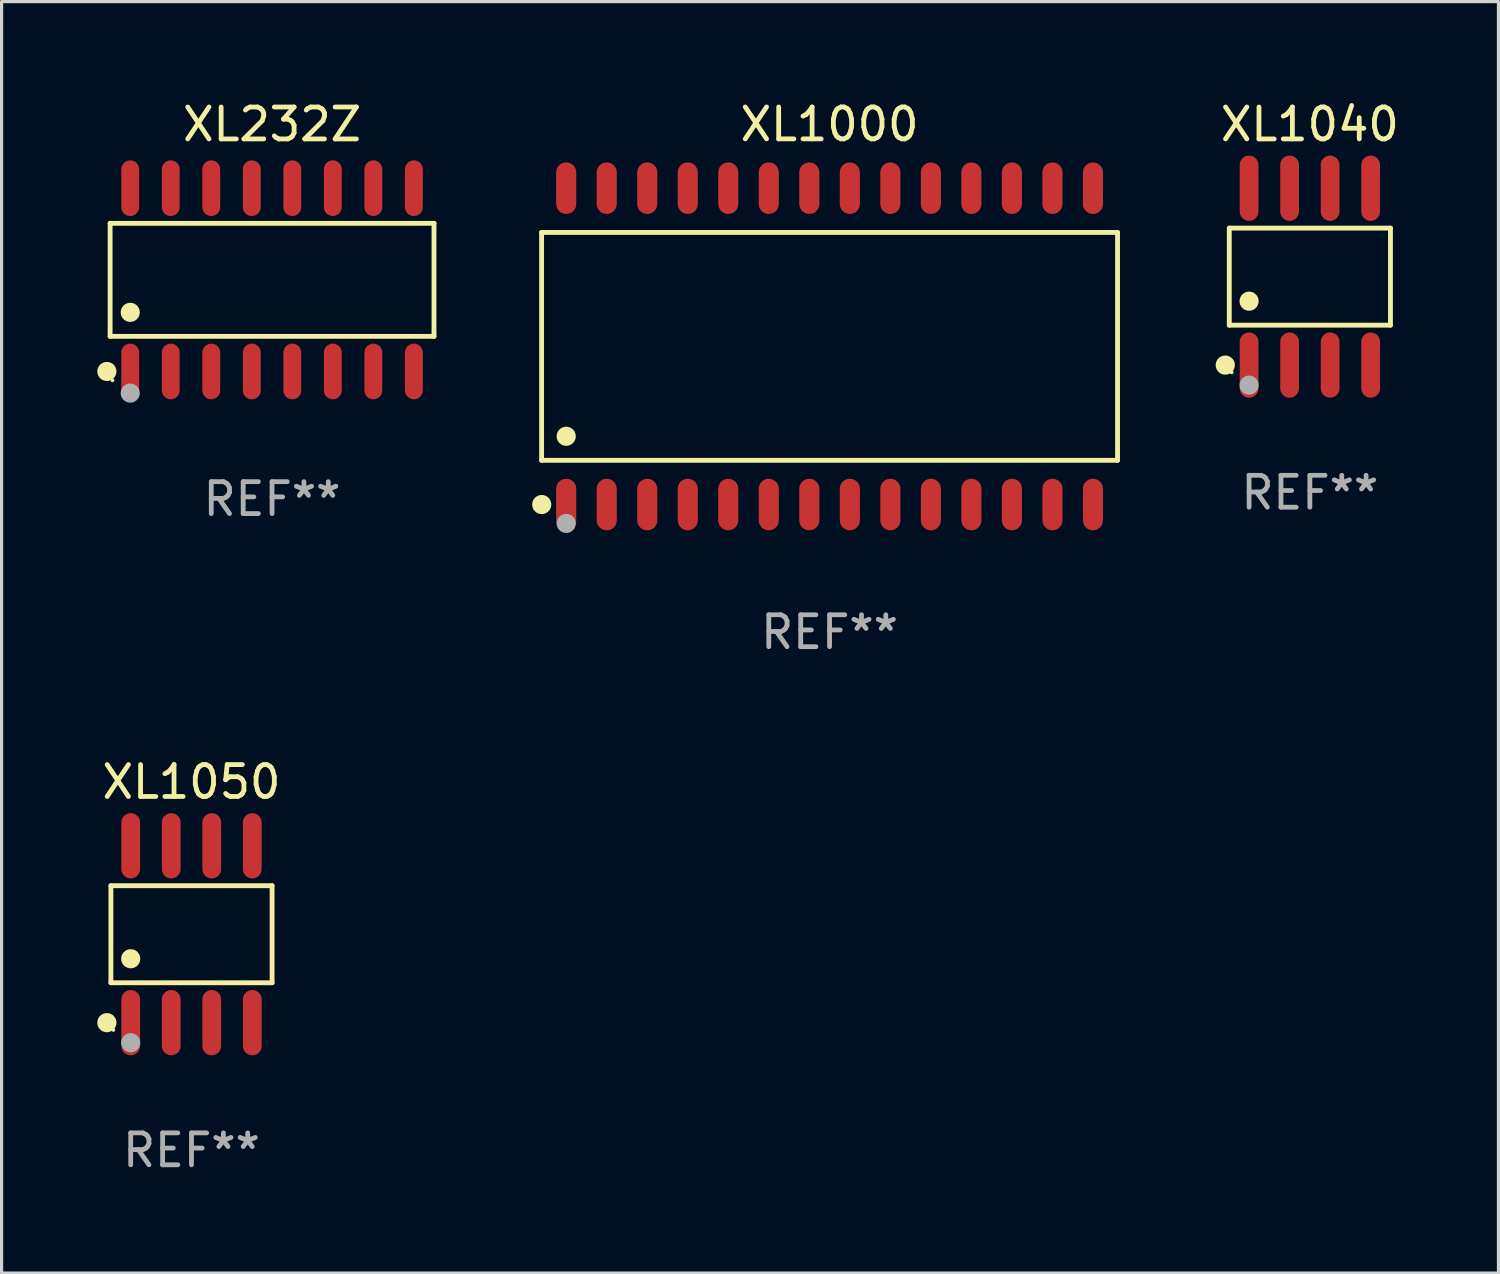
<source format=kicad_pcb>
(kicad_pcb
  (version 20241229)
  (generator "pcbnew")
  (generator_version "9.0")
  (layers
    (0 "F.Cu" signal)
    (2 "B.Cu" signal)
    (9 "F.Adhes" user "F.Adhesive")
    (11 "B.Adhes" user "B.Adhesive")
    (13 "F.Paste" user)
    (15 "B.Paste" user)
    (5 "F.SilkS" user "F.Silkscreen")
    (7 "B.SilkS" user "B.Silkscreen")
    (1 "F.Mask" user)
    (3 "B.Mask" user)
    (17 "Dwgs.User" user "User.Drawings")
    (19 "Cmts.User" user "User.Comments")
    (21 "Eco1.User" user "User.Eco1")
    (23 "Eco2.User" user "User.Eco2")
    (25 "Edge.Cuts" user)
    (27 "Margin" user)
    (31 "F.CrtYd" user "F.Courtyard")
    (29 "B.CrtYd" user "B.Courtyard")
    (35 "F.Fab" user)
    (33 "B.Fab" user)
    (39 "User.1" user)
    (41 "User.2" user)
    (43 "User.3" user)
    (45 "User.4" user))
  (footprint "XL1000"
    (layer "F.Cu")
    (at 22.952 7.806)
    (property "Reference" "XL1000" (at 0 -6.958 0) (layer "F.SilkS") (effects (font (size 1 1) (thickness 0.15))))
    (attr through_hole)
    (fp_line (start -9.026 -3.571) (end 9.026 -3.571) (stroke (width 0.152) (type solid)) (layer "F.SilkS"))
    (fp_line (start -9.026 3.571) (end -9.026 -3.571) (stroke (width 0.152) (type solid)) (layer "F.SilkS"))
    (fp_line (start 9.026 -3.571) (end 9.026 3.571) (stroke (width 0.152) (type solid)) (layer "F.SilkS"))
    (fp_line (start 9.026 3.571) (end -9.026 3.571) (stroke (width 0.152) (type solid)) (layer "F.SilkS"))
    (fp_circle (center -9.022 4.958) (end -8.872 4.958) (stroke (width 0.3) (type solid)) (fill no) (layer "F.SilkS"))
    (fp_circle (center -8.95 5.15) (end -8.92 5.15) (stroke (width 0.06) (type solid)) (fill no) (layer "F.SilkS"))
    (fp_circle (center -8.255 2.819) (end -8.105 2.819) (stroke (width 0.3) (type solid)) (fill no) (layer "F.SilkS"))
    (fp_circle (center -8.255 5.55) (end -8.105 5.55) (stroke (width 0.3) (type solid)) (fill no) (layer "F.Fab"))
    (fp_text user "REF**" (at 0 8.958 0) (layer "F.Fab") (effects (font (size 1 1) (thickness 0.15))))
    (pad "1" smd oval (at -8.255 4.958) (size 0.63 1.615) (layers "F.Cu" "F.Mask" "F.Paste"))
    (pad "2" smd oval (at -6.985 4.958) (size 0.63 1.615) (layers "F.Cu" "F.Mask" "F.Paste"))
    (pad "3" smd oval (at -5.715 4.958) (size 0.63 1.615) (layers "F.Cu" "F.Mask" "F.Paste"))
    (pad "4" smd oval (at -4.445 4.958) (size 0.63 1.615) (layers "F.Cu" "F.Mask" "F.Paste"))
    (pad "5" smd oval (at -3.175 4.958) (size 0.63 1.615) (layers "F.Cu" "F.Mask" "F.Paste"))
    (pad "6" smd oval (at -1.905 4.958) (size 0.63 1.615) (layers "F.Cu" "F.Mask" "F.Paste"))
    (pad "7" smd oval (at -0.635 4.958) (size 0.63 1.615) (layers "F.Cu" "F.Mask" "F.Paste"))
    (pad "8" smd oval (at 0.635 4.958) (size 0.63 1.615) (layers "F.Cu" "F.Mask" "F.Paste"))
    (pad "9" smd oval (at 1.905 4.958) (size 0.63 1.615) (layers "F.Cu" "F.Mask" "F.Paste"))
    (pad "10" smd oval (at 3.175 4.958) (size 0.63 1.615) (layers "F.Cu" "F.Mask" "F.Paste"))
    (pad "11" smd oval (at 4.445 4.958) (size 0.63 1.615) (layers "F.Cu" "F.Mask" "F.Paste"))
    (pad "12" smd oval (at 5.715 4.958) (size 0.63 1.615) (layers "F.Cu" "F.Mask" "F.Paste"))
    (pad "13" smd oval (at 6.985 4.958) (size 0.63 1.615) (layers "F.Cu" "F.Mask" "F.Paste"))
    (pad "14" smd oval (at 8.255 4.958) (size 0.63 1.615) (layers "F.Cu" "F.Mask" "F.Paste"))
    (pad "15" smd oval (at 8.255 -4.958) (size 0.63 1.615) (layers "F.Cu" "F.Mask" "F.Paste"))
    (pad "16" smd oval (at 6.985 -4.958) (size 0.63 1.615) (layers "F.Cu" "F.Mask" "F.Paste"))
    (pad "17" smd oval (at 5.715 -4.958) (size 0.63 1.615) (layers "F.Cu" "F.Mask" "F.Paste"))
    (pad "18" smd oval (at 4.445 -4.958) (size 0.63 1.615) (layers "F.Cu" "F.Mask" "F.Paste"))
    (pad "19" smd oval (at 3.175 -4.958) (size 0.63 1.615) (layers "F.Cu" "F.Mask" "F.Paste"))
    (pad "20" smd oval (at 1.905 -4.958) (size 0.63 1.615) (layers "F.Cu" "F.Mask" "F.Paste"))
    (pad "21" smd oval (at 0.635 -4.958) (size 0.63 1.615) (layers "F.Cu" "F.Mask" "F.Paste"))
    (pad "22" smd oval (at -0.635 -4.958) (size 0.63 1.615) (layers "F.Cu" "F.Mask" "F.Paste"))
    (pad "23" smd oval (at -1.905 -4.958) (size 0.63 1.615) (layers "F.Cu" "F.Mask" "F.Paste"))
    (pad "24" smd oval (at -3.175 -4.958) (size 0.63 1.615) (layers "F.Cu" "F.Mask" "F.Paste"))
    (pad "25" smd oval (at -4.445 -4.958) (size 0.63 1.615) (layers "F.Cu" "F.Mask" "F.Paste"))
    (pad "26" smd oval (at -5.715 -4.958) (size 0.63 1.615) (layers "F.Cu" "F.Mask" "F.Paste"))
    (pad "27" smd oval (at -6.985 -4.958) (size 0.63 1.615) (layers "F.Cu" "F.Mask" "F.Paste"))
    (pad "28" smd oval (at -8.255 -4.958) (size 0.63 1.615) (layers "F.Cu" "F.Mask" "F.Paste")))
  (footprint "XL232Z"
    (layer "F.Cu")
    (at 5.477 5.721)
    (property "Reference" "XL232Z" (at 0 -4.872 0) (layer "F.SilkS") (effects (font (size 1 1) (thickness 0.15))))
    (attr through_hole)
    (fp_line (start -5.076 -1.771) (end 5.076 -1.771) (stroke (width 0.152) (type solid)) (layer "F.SilkS"))
    (fp_line (start -5.076 1.771) (end -5.076 -1.771) (stroke (width 0.152) (type solid)) (layer "F.SilkS"))
    (fp_line (start 5.076 -1.771) (end 5.076 1.771) (stroke (width 0.152) (type solid)) (layer "F.SilkS"))
    (fp_line (start 5.076 1.771) (end -5.076 1.771) (stroke (width 0.152) (type solid)) (layer "F.SilkS"))
    (fp_circle (center -5.177 2.872) (end -5.027 2.872) (stroke (width 0.3) (type solid)) (fill no) (layer "F.SilkS"))
    (fp_circle (center -5 3.15) (end -4.97 3.15) (stroke (width 0.06) (type solid)) (fill no) (layer "F.SilkS"))
    (fp_circle (center -4.445 1.019) (end -4.295 1.019) (stroke (width 0.3) (type solid)) (fill no) (layer "F.SilkS"))
    (fp_circle (center -4.445 3.55) (end -4.295 3.55) (stroke (width 0.3) (type solid)) (fill no) (layer "F.Fab"))
    (fp_text user "REF**" (at 0 6.872 0) (layer "F.Fab") (effects (font (size 1 1) (thickness 0.15))))
    (pad "1" smd oval (at -4.445 2.872) (size 0.56 1.745) (layers "F.Cu" "F.Mask" "F.Paste"))
    (pad "2" smd oval (at -3.175 2.872) (size 0.56 1.745) (layers "F.Cu" "F.Mask" "F.Paste"))
    (pad "3" smd oval (at -1.905 2.872) (size 0.56 1.745) (layers "F.Cu" "F.Mask" "F.Paste"))
    (pad "4" smd oval (at -0.635 2.872) (size 0.56 1.745) (layers "F.Cu" "F.Mask" "F.Paste"))
    (pad "5" smd oval (at 0.635 2.872) (size 0.56 1.745) (layers "F.Cu" "F.Mask" "F.Paste"))
    (pad "6" smd oval (at 1.905 2.872) (size 0.56 1.745) (layers "F.Cu" "F.Mask" "F.Paste"))
    (pad "7" smd oval (at 3.175 2.872) (size 0.56 1.745) (layers "F.Cu" "F.Mask" "F.Paste"))
    (pad "8" smd oval (at 4.445 2.872) (size 0.56 1.745) (layers "F.Cu" "F.Mask" "F.Paste"))
    (pad "9" smd oval (at 4.445 -2.872) (size 0.56 1.745) (layers "F.Cu" "F.Mask" "F.Paste"))
    (pad "10" smd oval (at 3.175 -2.872) (size 0.56 1.745) (layers "F.Cu" "F.Mask" "F.Paste"))
    (pad "11" smd oval (at 1.905 -2.872) (size 0.56 1.745) (layers "F.Cu" "F.Mask" "F.Paste"))
    (pad "12" smd oval (at 0.635 -2.872) (size 0.56 1.745) (layers "F.Cu" "F.Mask" "F.Paste"))
    (pad "13" smd oval (at -0.635 -2.872) (size 0.56 1.745) (layers "F.Cu" "F.Mask" "F.Paste"))
    (pad "14" smd oval (at -1.905 -2.872) (size 0.56 1.745) (layers "F.Cu" "F.Mask" "F.Paste"))
    (pad "15" smd oval (at -3.175 -2.872) (size 0.56 1.745) (layers "F.Cu" "F.Mask" "F.Paste"))
    (pad "16" smd oval (at -4.445 -2.872) (size 0.56 1.745) (layers "F.Cu" "F.Mask" "F.Paste")))
  (footprint "XL1040"
    (layer "F.Cu")
    (at 38.006 5.621)
    (property "Reference" "XL1040" (at 0 -4.772 0) (layer "F.SilkS") (effects (font (size 1 1) (thickness 0.15))))
    (attr through_hole)
    (fp_line (start -2.526 -1.521) (end 2.526 -1.521) (stroke (width 0.152) (type solid)) (layer "F.SilkS"))
    (fp_line (start -2.526 1.521) (end -2.526 -1.521) (stroke (width 0.152) (type solid)) (layer "F.SilkS"))
    (fp_line (start 2.526 -1.521) (end 2.526 1.521) (stroke (width 0.152) (type solid)) (layer "F.SilkS"))
    (fp_line (start 2.526 1.521) (end -2.526 1.521) (stroke (width 0.152) (type solid)) (layer "F.SilkS"))
    (fp_circle (center -2.652 2.772) (end -2.501 2.772) (stroke (width 0.3) (type solid)) (fill no) (layer "F.SilkS"))
    (fp_circle (center -2.45 3) (end -2.42 3) (stroke (width 0.06) (type solid)) (fill no) (layer "F.SilkS"))
    (fp_circle (center -1.905 0.769) (end -1.755 0.769) (stroke (width 0.3) (type solid)) (fill no) (layer "F.SilkS"))
    (fp_circle (center -1.905 3.4) (end -1.755 3.4) (stroke (width 0.3) (type solid)) (fill no) (layer "F.Fab"))
    (fp_text user "REF**" (at 0 6.772 0) (layer "F.Fab") (effects (font (size 1 1) (thickness 0.15))))
    (pad "1" smd oval (at -1.905 2.772) (size 0.588 2.045) (layers "F.Cu" "F.Mask" "F.Paste"))
    (pad "2" smd oval (at -0.635 2.772) (size 0.588 2.045) (layers "F.Cu" "F.Mask" "F.Paste"))
    (pad "3" smd oval (at 0.635 2.772) (size 0.588 2.045) (layers "F.Cu" "F.Mask" "F.Paste"))
    (pad "4" smd oval (at 1.905 2.772) (size 0.588 2.045) (layers "F.Cu" "F.Mask" "F.Paste"))
    (pad "5" smd oval (at 1.905 -2.772) (size 0.588 2.045) (layers "F.Cu" "F.Mask" "F.Paste"))
    (pad "6" smd oval (at 0.635 -2.772) (size 0.588 2.045) (layers "F.Cu" "F.Mask" "F.Paste"))
    (pad "7" smd oval (at -0.635 -2.772) (size 0.588 2.045) (layers "F.Cu" "F.Mask" "F.Paste"))
    (pad "8" smd oval (at -1.905 -2.772) (size 0.588 2.045) (layers "F.Cu" "F.Mask" "F.Paste")))
  (footprint "XL1050"
    (layer "F.Cu")
    (at 2.952 26.232)
    (property "Reference" "XL1050" (at 0 -4.772 0) (layer "F.SilkS") (effects (font (size 1 1) (thickness 0.15))))
    (attr through_hole)
    (fp_line (start -2.526 -1.521) (end 2.526 -1.521) (stroke (width 0.152) (type solid)) (layer "F.SilkS"))
    (fp_line (start -2.526 1.521) (end -2.526 -1.521) (stroke (width 0.152) (type solid)) (layer "F.SilkS"))
    (fp_line (start 2.526 -1.521) (end 2.526 1.521) (stroke (width 0.152) (type solid)) (layer "F.SilkS"))
    (fp_line (start 2.526 1.521) (end -2.526 1.521) (stroke (width 0.152) (type solid)) (layer "F.SilkS"))
    (fp_circle (center -2.652 2.772) (end -2.501 2.772) (stroke (width 0.3) (type solid)) (fill no) (layer "F.SilkS"))
    (fp_circle (center -2.45 3) (end -2.42 3) (stroke (width 0.06) (type solid)) (fill no) (layer "F.SilkS"))
    (fp_circle (center -1.905 0.769) (end -1.755 0.769) (stroke (width 0.3) (type solid)) (fill no) (layer "F.SilkS"))
    (fp_circle (center -1.905 3.4) (end -1.755 3.4) (stroke (width 0.3) (type solid)) (fill no) (layer "F.Fab"))
    (fp_text user "REF**" (at 0 6.772 0) (layer "F.Fab") (effects (font (size 1 1) (thickness 0.15))))
    (pad "1" smd oval (at -1.905 2.772) (size 0.588 2.045) (layers "F.Cu" "F.Mask" "F.Paste"))
    (pad "2" smd oval (at -0.635 2.772) (size 0.588 2.045) (layers "F.Cu" "F.Mask" "F.Paste"))
    (pad "3" smd oval (at 0.635 2.772) (size 0.588 2.045) (layers "F.Cu" "F.Mask" "F.Paste"))
    (pad "4" smd oval (at 1.905 2.772) (size 0.588 2.045) (layers "F.Cu" "F.Mask" "F.Paste"))
    (pad "5" smd oval (at 1.905 -2.772) (size 0.588 2.045) (layers "F.Cu" "F.Mask" "F.Paste"))
    (pad "6" smd oval (at 0.635 -2.772) (size 0.588 2.045) (layers "F.Cu" "F.Mask" "F.Paste"))
    (pad "7" smd oval (at -0.635 -2.772) (size 0.588 2.045) (layers "F.Cu" "F.Mask" "F.Paste"))
    (pad "8" smd oval (at -1.905 -2.772) (size 0.588 2.045) (layers "F.Cu" "F.Mask" "F.Paste")))
  (gr_rect
    (start -3 -3)
    (end 43.917 36.853)
    (stroke (width 0.1) (type default))
    (fill no)
    (layer "Edge.Cuts")))
</source>
